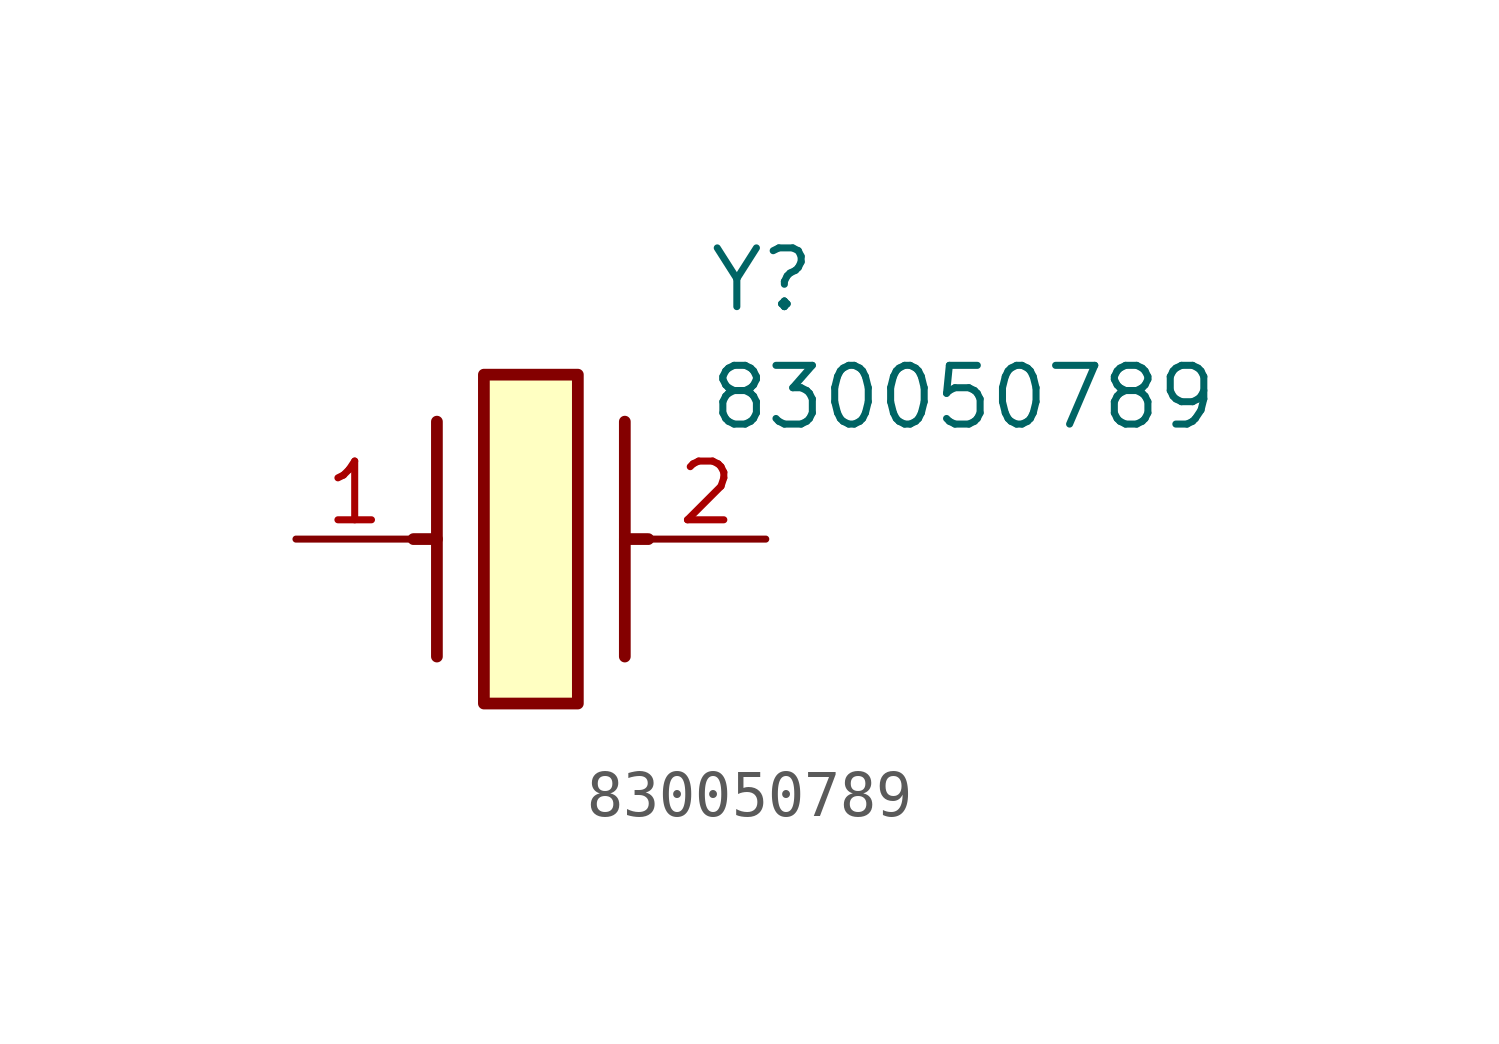
<source format=kicad_sym>
(kicad_symbol_lib
  (version 20211014)
  (generator SamacSys_ECAD_Model)
  (symbol "830050789"
    (pin_names hide)
    (property "Reference" "Y"
      (at 8.89 6.35 0)
      (effects (font (size 1.27 1.27)) (justify left top)))
    (property "Value" "830050789"
      (at 8.89 3.81 0)
      (effects (font (size 1.27 1.27)) (justify left top)))
    (rectangle
      (start 4.064 3.556)
      (end 6.096 -3.556)
      (stroke (width 0.254) (type default))
      (fill (type background)))
    (polyline
      (pts (xy 3.048 2.54) (xy 3.048 -2.54))
      (stroke (width 0.254) (type default))
      (fill (type none)))
    (polyline
      (pts (xy 7.112 2.54) (xy 7.112 -2.54))
      (stroke (width 0.254) (type default))
      (fill (type none)))
    (polyline
      (pts (xy 7.112 0) (xy 7.62 0))
      (stroke (width 0.254) (type default))
      (fill (type none)))
    (polyline
      (pts (xy 3.048 0) (xy 2.54 0))
      (stroke (width 0.254) (type default))
      (fill (type none)))
    (pin passive line
      (at 0 0 0)
      (length 2.54)
      (name "1" (effects (font (size 1.27 1.27))))
      (number "1" (effects (font (size 1.27 1.27)))))
    (pin passive line
      (at 10.16 0 180)
      (length 2.54)
      (name "2" (effects (font (size 1.27 1.27))))
      (number "2" (effects (font (size 1.27 1.27)))))))
</source>
